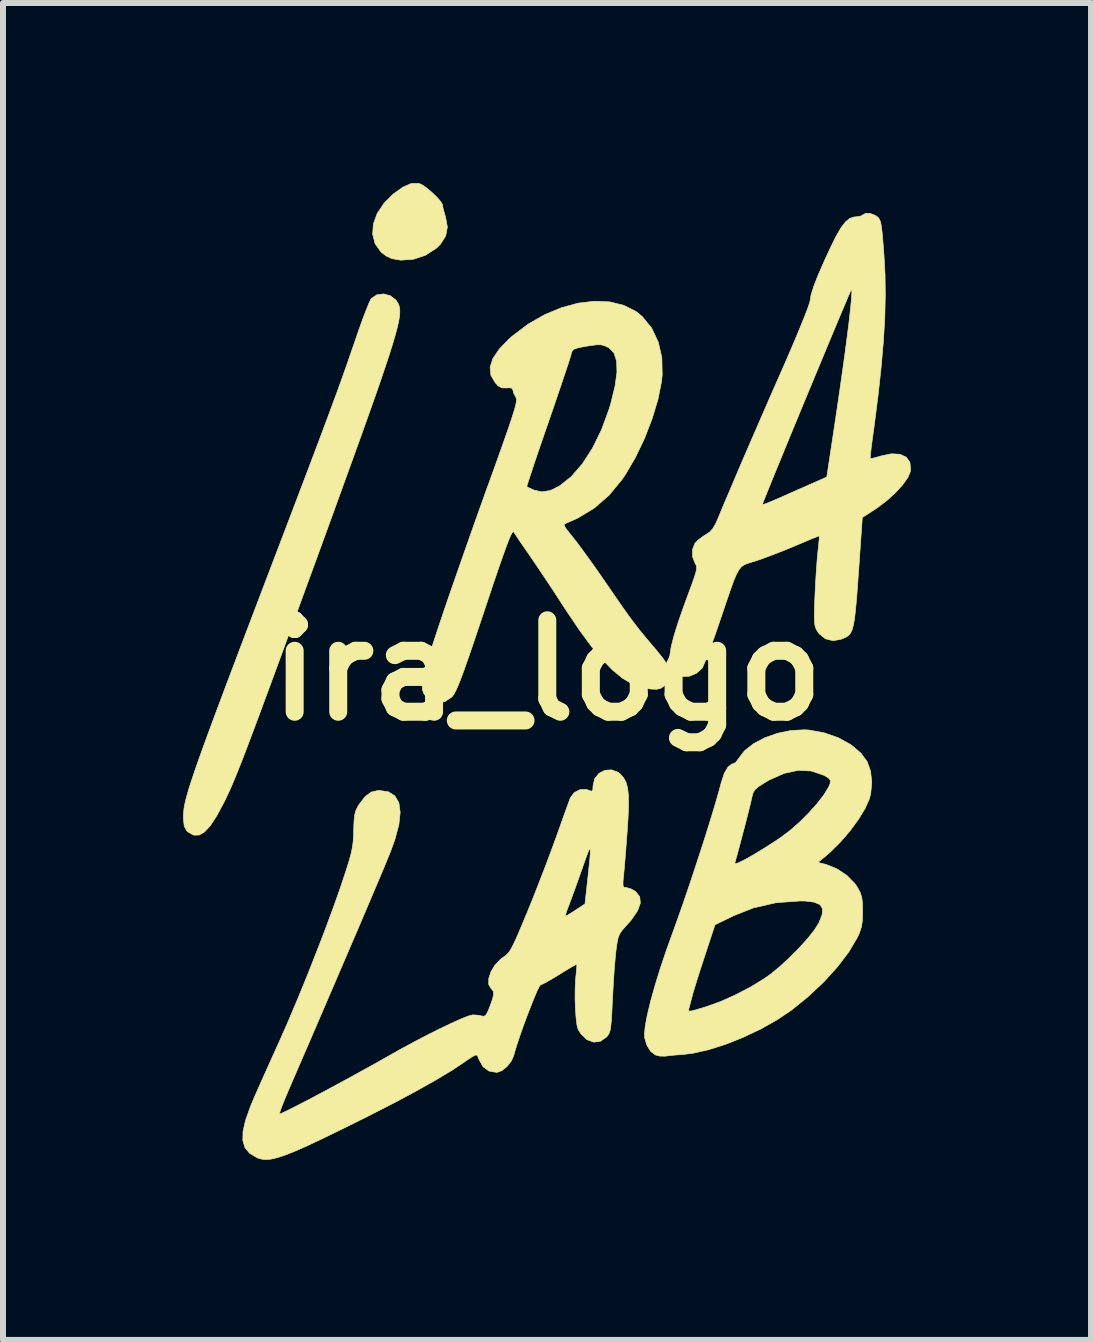
<source format=kicad_pcb>
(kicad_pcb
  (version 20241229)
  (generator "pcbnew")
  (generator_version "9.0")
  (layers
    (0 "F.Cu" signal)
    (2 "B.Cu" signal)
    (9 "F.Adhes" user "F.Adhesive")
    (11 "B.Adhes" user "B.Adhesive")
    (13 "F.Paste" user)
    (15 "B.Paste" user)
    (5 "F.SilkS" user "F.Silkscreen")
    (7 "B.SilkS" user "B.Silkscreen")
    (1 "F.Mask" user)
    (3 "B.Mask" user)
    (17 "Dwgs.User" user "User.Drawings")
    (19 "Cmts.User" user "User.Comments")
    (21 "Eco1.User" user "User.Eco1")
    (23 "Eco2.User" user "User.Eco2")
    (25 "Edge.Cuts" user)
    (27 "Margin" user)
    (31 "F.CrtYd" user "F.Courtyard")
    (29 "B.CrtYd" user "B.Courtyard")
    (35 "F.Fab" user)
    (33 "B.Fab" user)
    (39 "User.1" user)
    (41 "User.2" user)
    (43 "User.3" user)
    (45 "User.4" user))
  (footprint "ira_logo"
    (layer "F.Cu")
    (at 6.069 8.12)
    (property "Reference" "ira_logo" (at 0 0 0) (layer "F.SilkS") (effects (font (size 1.524 1.524) (thickness 0.3))))
    (attr through_hole)
    (fp_poly (pts (xy -2.094 -8.096) (xy -2.019 -8.045) (xy -1.932 -7.973) (xy -1.848 -7.893) (xy -1.782 -7.819) (xy -1.748 -7.766) (xy -1.746 -7.757) (xy -1.737 -7.702) (xy -1.713 -7.612) (xy -1.696 -7.559) (xy -1.665 -7.387) (xy -1.693 -7.237) (xy -1.781 -7.1) (xy -1.849 -7.034) (xy -2.03 -6.917) (xy -2.233 -6.849) (xy -2.442 -6.835) (xy -2.591 -6.861) (xy -2.683 -6.904) (xy -2.77 -6.969) (xy -2.772 -6.972) (xy -2.869 -7.109) (xy -2.91 -7.267) (xy -2.898 -7.438) (xy -2.834 -7.613) (xy -2.72 -7.784) (xy -2.568 -7.936) (xy -2.405 -8.053) (xy -2.265 -8.113) (xy -2.145 -8.115) (xy -2.094 -8.096)) (stroke (width 0.01) (type solid)) (fill yes) (layer "F.SilkS"))
    (fp_poly (pts (xy -2.614 -6.242) (xy -2.521 -6.17) (xy -2.478 -6.1) (xy -2.466 -6.063) (xy -2.458 -6.02) (xy -2.457 -5.967) (xy -2.462 -5.902) (xy -2.475 -5.822) (xy -2.497 -5.722) (xy -2.529 -5.601) (xy -2.572 -5.455) (xy -2.626 -5.28) (xy -2.694 -5.075) (xy -2.775 -4.835) (xy -2.871 -4.558) (xy -2.984 -4.24) (xy -3.113 -3.879) (xy -3.26 -3.471) (xy -3.426 -3.013) (xy -3.611 -2.502) (xy -3.818 -1.934) (xy -3.84 -1.873) (xy -4.042 -1.323) (xy -4.222 -0.828) (xy -4.384 -0.386) (xy -4.528 0.006) (xy -4.656 0.353) (xy -4.769 0.658) (xy -4.868 0.924) (xy -4.955 1.155) (xy -5.03 1.354) (xy -5.096 1.525) (xy -5.154 1.671) (xy -5.205 1.796) (xy -5.25 1.904) (xy -5.291 1.997) (xy -5.329 2.079) (xy -5.365 2.155) (xy -5.396 2.216) (xy -5.512 2.432) (xy -5.616 2.589) (xy -5.71 2.691) (xy -5.799 2.743) (xy -5.884 2.746) (xy -5.905 2.739) (xy -5.999 2.685) (xy -6.049 2.598) (xy -6.064 2.468) (xy -6.063 2.415) (xy -6.06 2.36) (xy -6.053 2.301) (xy -6.041 2.233) (xy -6.023 2.154) (xy -5.998 2.061) (xy -5.965 1.949) (xy -5.922 1.817) (xy -5.869 1.66) (xy -5.805 1.476) (xy -5.728 1.262) (xy -5.637 1.013) (xy -5.531 0.728) (xy -5.409 0.402) (xy -5.27 0.033) (xy -5.113 -0.383) (xy -4.936 -0.849) (xy -4.739 -1.367) (xy -4.534 -1.905) (xy -4.351 -2.385) (xy -4.189 -2.811) (xy -4.046 -3.187) (xy -3.921 -3.518) (xy -3.811 -3.809) (xy -3.715 -4.065) (xy -3.631 -4.291) (xy -3.557 -4.491) (xy -3.491 -4.67) (xy -3.432 -4.833) (xy -3.378 -4.986) (xy -3.327 -5.131) (xy -3.277 -5.276) (xy -3.226 -5.423) (xy -3.208 -5.475) (xy -3.14 -5.673) (xy -3.076 -5.852) (xy -3.018 -6.003) (xy -2.972 -6.117) (xy -2.94 -6.184) (xy -2.933 -6.196) (xy -2.838 -6.259) (xy -2.726 -6.273) (xy -2.614 -6.242)) (stroke (width 0.01) (type solid)) (fill yes) (layer "F.SilkS"))
    (fp_poly (pts (xy 4.359 0.994) (xy 4.614 1.04) (xy 4.85 1.123) (xy 5.057 1.237) (xy 5.223 1.377) (xy 5.329 1.519) (xy 5.386 1.677) (xy 5.407 1.863) (xy 5.389 2.054) (xy 5.366 2.143) (xy 5.296 2.3) (xy 5.186 2.481) (xy 5.047 2.671) (xy 4.888 2.856) (xy 4.722 3.022) (xy 4.632 3.1) (xy 4.509 3.199) (xy 4.644 3.233) (xy 4.822 3.304) (xy 4.99 3.415) (xy 5.125 3.552) (xy 5.168 3.615) (xy 5.214 3.702) (xy 5.24 3.783) (xy 5.252 3.883) (xy 5.255 4.016) (xy 5.251 4.162) (xy 5.235 4.271) (xy 5.203 4.371) (xy 5.165 4.453) (xy 5.025 4.69) (xy 4.835 4.94) (xy 4.604 5.194) (xy 4.339 5.442) (xy 4.076 5.656) (xy 3.834 5.819) (xy 3.56 5.974) (xy 3.267 6.113) (xy 2.97 6.231) (xy 2.683 6.322) (xy 2.419 6.381) (xy 2.263 6.4) (xy 2.14 6.409) (xy 2.032 6.419) (xy 1.968 6.428) (xy 1.877 6.427) (xy 1.805 6.41) (xy 1.725 6.351) (xy 1.661 6.25) (xy 1.624 6.129) (xy 1.619 6.073) (xy 1.631 5.934) (xy 1.666 5.745) (xy 1.687 5.659) (xy 2.354 5.659) (xy 2.36 5.675) (xy 2.39 5.677) (xy 2.454 5.662) (xy 2.563 5.63) (xy 2.651 5.603) (xy 2.888 5.518) (xy 3.143 5.403) (xy 3.394 5.272) (xy 3.618 5.134) (xy 3.72 5.062) (xy 3.878 4.932) (xy 4.041 4.782) (xy 4.198 4.623) (xy 4.338 4.468) (xy 4.45 4.327) (xy 4.523 4.213) (xy 4.527 4.205) (xy 4.579 4.071) (xy 4.586 3.971) (xy 4.543 3.903) (xy 4.447 3.862) (xy 4.295 3.843) (xy 4.213 3.842) (xy 3.812 3.871) (xy 3.432 3.958) (xy 3.104 4.088) (xy 2.794 4.239) (xy 2.622 4.763) (xy 2.562 4.946) (xy 2.507 5.119) (xy 2.461 5.268) (xy 2.427 5.38) (xy 2.414 5.429) (xy 2.388 5.528) (xy 2.367 5.608) (xy 2.361 5.628) (xy 2.354 5.659) (xy 1.687 5.659) (xy 1.721 5.515) (xy 1.795 5.251) (xy 1.884 4.962) (xy 1.987 4.656) (xy 2.068 4.431) (xy 2.166 4.159) (xy 2.272 3.858) (xy 2.381 3.538) (xy 2.488 3.213) (xy 3.124 3.213) (xy 3.142 3.221) (xy 3.205 3.197) (xy 3.306 3.146) (xy 3.438 3.071) (xy 3.594 2.976) (xy 3.767 2.866) (xy 3.887 2.786) (xy 4.043 2.669) (xy 4.204 2.528) (xy 4.358 2.374) (xy 4.497 2.218) (xy 4.611 2.071) (xy 4.688 1.944) (xy 4.713 1.883) (xy 4.717 1.833) (xy 4.684 1.793) (xy 4.61 1.749) (xy 4.402 1.677) (xy 4.182 1.665) (xy 3.949 1.715) (xy 3.701 1.825) (xy 3.641 1.86) (xy 3.531 1.929) (xy 3.465 1.984) (xy 3.43 2.036) (xy 3.414 2.095) (xy 3.4 2.156) (xy 3.374 2.265) (xy 3.338 2.408) (xy 3.296 2.573) (xy 3.25 2.746) (xy 3.206 2.914) (xy 3.166 3.063) (xy 3.133 3.181) (xy 3.124 3.213) (xy 2.488 3.213) (xy 2.489 3.211) (xy 2.594 2.889) (xy 2.691 2.581) (xy 2.777 2.3) (xy 2.848 2.056) (xy 2.901 1.862) (xy 2.951 1.712) (xy 3.012 1.609) (xy 3.078 1.559) (xy 3.1 1.556) (xy 3.143 1.53) (xy 3.187 1.469) (xy 3.187 1.468) (xy 3.287 1.339) (xy 3.436 1.222) (xy 3.623 1.123) (xy 3.835 1.048) (xy 4.059 1.002) (xy 4.282 0.99) (xy 4.359 0.994)) (stroke (width 0.01) (type solid)) (fill yes) (layer "F.SilkS"))
    (fp_poly (pts (xy 1.041 -6.14) (xy 1.274 -6.083) (xy 1.477 -5.981) (xy 1.582 -5.896) (xy 1.74 -5.702) (xy 1.849 -5.47) (xy 1.909 -5.209) (xy 1.915 -4.925) (xy 1.904 -4.815) (xy 1.845 -4.518) (xy 1.748 -4.196) (xy 1.622 -3.869) (xy 1.472 -3.554) (xy 1.308 -3.273) (xy 1.249 -3.185) (xy 1.028 -2.917) (xy 0.781 -2.703) (xy 0.501 -2.534) (xy 0.325 -2.457) (xy 0.291 -2.441) (xy 0.281 -2.42) (xy 0.298 -2.382) (xy 0.347 -2.316) (xy 0.423 -2.222) (xy 0.494 -2.132) (xy 0.591 -2.001) (xy 0.707 -1.841) (xy 0.834 -1.663) (xy 0.961 -1.479) (xy 0.985 -1.445) (xy 1.135 -1.226) (xy 1.257 -1.05) (xy 1.361 -0.904) (xy 1.454 -0.78) (xy 1.543 -0.665) (xy 1.638 -0.549) (xy 1.745 -0.422) (xy 1.804 -0.354) (xy 1.932 -0.195) (xy 2.014 -0.068) (xy 2.051 0.035) (xy 2.045 0.123) (xy 1.999 0.205) (xy 1.951 0.255) (xy 1.893 0.298) (xy 1.824 0.315) (xy 1.721 0.311) (xy 1.718 0.311) (xy 1.559 0.281) (xy 1.403 0.221) (xy 1.247 0.126) (xy 1.086 -0.007) (xy 0.916 -0.181) (xy 0.734 -0.401) (xy 0.536 -0.671) (xy 0.318 -0.994) (xy 0.235 -1.121) (xy 0.116 -1.305) (xy -0.018 -1.507) (xy -0.15 -1.704) (xy -0.265 -1.874) (xy -0.279 -1.894) (xy -0.372 -2.029) (xy -0.455 -2.149) (xy -0.518 -2.244) (xy -0.555 -2.3) (xy -0.559 -2.305) (xy -0.57 -2.31) (xy -0.587 -2.291) (xy -0.612 -2.244) (xy -0.646 -2.163) (xy -0.69 -2.046) (xy -0.747 -1.887) (xy -0.818 -1.683) (xy -0.905 -1.428) (xy -1.008 -1.118) (xy -1.045 -1.007) (xy -1.156 -0.676) (xy -1.249 -0.4) (xy -1.327 -0.175) (xy -1.391 0.007) (xy -1.444 0.149) (xy -1.487 0.257) (xy -1.523 0.336) (xy -1.553 0.393) (xy -1.58 0.431) (xy -1.593 0.445) (xy -1.707 0.522) (xy -1.829 0.539) (xy -1.948 0.496) (xy -1.985 0.468) (xy -2.03 0.425) (xy -2.062 0.378) (xy -2.081 0.321) (xy -2.085 0.247) (xy -2.073 0.149) (xy -2.045 0.022) (xy -2 -0.142) (xy -1.935 -0.349) (xy -1.851 -0.606) (xy -1.799 -0.762) (xy -1.722 -0.992) (xy -1.627 -1.269) (xy -1.518 -1.582) (xy -1.401 -1.918) (xy -1.278 -2.267) (xy -1.155 -2.614) (xy -1.035 -2.95) (xy -0.995 -3.061) (xy -0.341 -3.061) (xy -0.308 -3.043) (xy -0.239 -3.012) (xy -0.221 -3.004) (xy -0.088 -2.974) (xy 0.051 -2.997) (xy 0.203 -3.072) (xy 0.4 -3.229) (xy 0.585 -3.442) (xy 0.754 -3.704) (xy 0.904 -4.011) (xy 1.03 -4.354) (xy 1.059 -4.451) (xy 1.129 -4.736) (xy 1.161 -4.97) (xy 1.155 -5.155) (xy 1.111 -5.289) (xy 1.029 -5.374) (xy 1.016 -5.381) (xy 0.953 -5.41) (xy 0.894 -5.425) (xy 0.82 -5.425) (xy 0.714 -5.411) (xy 0.616 -5.395) (xy 0.507 -5.373) (xy 0.444 -5.351) (xy 0.413 -5.319) (xy 0.396 -5.265) (xy 0.395 -5.26) (xy 0.38 -5.207) (xy 0.346 -5.101) (xy 0.296 -4.951) (xy 0.234 -4.765) (xy 0.16 -4.549) (xy 0.079 -4.311) (xy 0.011 -4.115) (xy -0.073 -3.871) (xy -0.15 -3.647) (xy -0.217 -3.449) (xy -0.271 -3.285) (xy -0.312 -3.161) (xy -0.336 -3.084) (xy -0.341 -3.061) (xy -0.995 -3.061) (xy -0.989 -3.077) (xy -0.87 -3.406) (xy -0.772 -3.68) (xy -0.693 -3.905) (xy -0.63 -4.086) (xy -0.583 -4.228) (xy -0.549 -4.337) (xy -0.527 -4.417) (xy -0.516 -4.474) (xy -0.513 -4.512) (xy -0.518 -4.538) (xy -0.526 -4.553) (xy -0.562 -4.623) (xy -0.572 -4.668) (xy -0.588 -4.702) (xy -0.646 -4.709) (xy -0.677 -4.706) (xy -0.757 -4.707) (xy -0.819 -4.741) (xy -0.868 -4.794) (xy -0.94 -4.918) (xy -0.953 -5.052) (xy -0.906 -5.197) (xy -0.799 -5.355) (xy -0.632 -5.527) (xy -0.58 -5.572) (xy -0.32 -5.769) (xy -0.046 -5.926) (xy 0.235 -6.043) (xy 0.514 -6.119) (xy 0.786 -6.151) (xy 1.041 -6.14)) (stroke (width 0.01) (type solid)) (fill yes) (layer "F.SilkS"))
    (fp_poly (pts (xy 5.385 -7.613) (xy 5.469 -7.579) (xy 5.495 -7.561) (xy 5.521 -7.537) (xy 5.541 -7.504) (xy 5.557 -7.453) (xy 5.57 -7.375) (xy 5.583 -7.262) (xy 5.596 -7.102) (xy 5.61 -6.918) (xy 5.628 -6.59) (xy 5.632 -6.247) (xy 5.624 -5.884) (xy 5.601 -5.491) (xy 5.564 -5.063) (xy 5.513 -4.591) (xy 5.446 -4.067) (xy 5.417 -3.858) (xy 5.399 -3.724) (xy 5.387 -3.615) (xy 5.381 -3.547) (xy 5.382 -3.53) (xy 5.415 -3.533) (xy 5.49 -3.552) (xy 5.565 -3.574) (xy 5.736 -3.609) (xy 5.877 -3.601) (xy 5.981 -3.553) (xy 6.042 -3.467) (xy 6.054 -3.347) (xy 6.05 -3.313) (xy 6.008 -3.213) (xy 5.922 -3.092) (xy 5.801 -2.96) (xy 5.657 -2.829) (xy 5.499 -2.709) (xy 5.458 -2.682) (xy 5.249 -2.547) (xy 5.212 -2.012) (xy 5.189 -1.678) (xy 5.169 -1.401) (xy 5.152 -1.176) (xy 5.135 -0.997) (xy 5.119 -0.858) (xy 5.1 -0.753) (xy 5.079 -0.677) (xy 5.054 -0.623) (xy 5.024 -0.586) (xy 4.988 -0.559) (xy 4.944 -0.538) (xy 4.9 -0.52) (xy 4.763 -0.494) (xy 4.634 -0.526) (xy 4.528 -0.613) (xy 4.504 -0.646) (xy 4.479 -0.689) (xy 4.462 -0.737) (xy 4.453 -0.799) (xy 4.45 -0.889) (xy 4.451 -1.017) (xy 4.458 -1.196) (xy 4.459 -1.222) (xy 4.468 -1.418) (xy 4.48 -1.617) (xy 4.493 -1.799) (xy 4.505 -1.943) (xy 4.508 -1.967) (xy 4.521 -2.088) (xy 4.53 -2.183) (xy 4.532 -2.235) (xy 4.532 -2.24) (xy 4.501 -2.23) (xy 4.424 -2.2) (xy 4.31 -2.152) (xy 4.17 -2.093) (xy 4.128 -2.075) (xy 3.951 -2.002) (xy 3.767 -1.93) (xy 3.597 -1.866) (xy 3.467 -1.822) (xy 3.388 -1.798) (xy 3.325 -1.777) (xy 3.273 -1.754) (xy 3.23 -1.722) (xy 3.191 -1.673) (xy 3.152 -1.601) (xy 3.109 -1.5) (xy 3.059 -1.362) (xy 2.997 -1.182) (xy 2.919 -0.952) (xy 2.871 -0.81) (xy 2.801 -0.606) (xy 2.734 -0.419) (xy 2.674 -0.258) (xy 2.624 -0.133) (xy 2.589 -0.053) (xy 2.577 -0.033) (xy 2.486 0.048) (xy 2.369 0.097) (xy 2.263 0.103) (xy 2.179 0.06) (xy 2.105 -0.027) (xy 2.054 -0.14) (xy 2.046 -0.174) (xy 2.044 -0.266) (xy 2.066 -0.402) (xy 2.113 -0.583) (xy 2.185 -0.813) (xy 2.284 -1.095) (xy 2.339 -1.245) (xy 2.405 -1.422) (xy 2.45 -1.55) (xy 2.477 -1.639) (xy 2.488 -1.698) (xy 2.486 -1.739) (xy 2.472 -1.77) (xy 2.463 -1.784) (xy 2.42 -1.894) (xy 2.421 -2.018) (xy 2.461 -2.119) (xy 2.519 -2.177) (xy 2.605 -2.24) (xy 2.635 -2.258) (xy 2.705 -2.304) (xy 2.758 -2.363) (xy 2.808 -2.45) (xy 2.86 -2.569) (xy 2.947 -2.779) (xy 3.588 -2.779) (xy 3.589 -2.768) (xy 3.604 -2.767) (xy 3.642 -2.778) (xy 3.708 -2.805) (xy 3.81 -2.848) (xy 3.956 -2.912) (xy 4.151 -2.999) (xy 4.177 -3.01) (xy 4.657 -3.222) (xy 4.806 -4.207) (xy 4.861 -4.58) (xy 4.911 -4.93) (xy 4.956 -5.251) (xy 4.994 -5.54) (xy 5.026 -5.792) (xy 5.05 -6.003) (xy 5.066 -6.168) (xy 5.074 -6.282) (xy 5.073 -6.341) (xy 5.067 -6.347) (xy 5.051 -6.314) (xy 5.014 -6.23) (xy 4.959 -6.098) (xy 4.886 -5.927) (xy 4.8 -5.721) (xy 4.702 -5.487) (xy 4.596 -5.231) (xy 4.483 -4.959) (xy 4.366 -4.678) (xy 4.248 -4.393) (xy 4.131 -4.11) (xy 4.018 -3.836) (xy 3.912 -3.577) (xy 3.814 -3.339) (xy 3.728 -3.128) (xy 3.656 -2.95) (xy 3.6 -2.811) (xy 3.595 -2.796) (xy 3.588 -2.779) (xy 2.947 -2.779) (xy 2.959 -2.807) (xy 3.081 -3.093) (xy 3.22 -3.421) (xy 3.375 -3.78) (xy 3.542 -4.164) (xy 3.715 -4.562) (xy 3.893 -4.966) (xy 3.935 -5.062) (xy 4.04 -5.302) (xy 4.136 -5.528) (xy 4.22 -5.731) (xy 4.29 -5.904) (xy 4.342 -6.04) (xy 4.373 -6.132) (xy 4.381 -6.168) (xy 4.396 -6.26) (xy 4.44 -6.4) (xy 4.514 -6.589) (xy 4.619 -6.829) (xy 4.716 -7.039) (xy 4.813 -7.236) (xy 4.896 -7.379) (xy 4.97 -7.475) (xy 5.041 -7.532) (xy 5.114 -7.555) (xy 5.14 -7.557) (xy 5.214 -7.566) (xy 5.255 -7.588) (xy 5.305 -7.617) (xy 5.385 -7.613)) (stroke (width 0.01) (type solid)) (fill yes) (layer "F.SilkS"))
    (fp_poly (pts (xy 1.181 1.699) (xy 1.216 1.727) (xy 1.271 1.789) (xy 1.312 1.863) (xy 1.338 1.958) (xy 1.352 2.082) (xy 1.354 2.246) (xy 1.346 2.457) (xy 1.335 2.635) (xy 1.32 2.835) (xy 1.305 3.031) (xy 1.291 3.205) (xy 1.279 3.343) (xy 1.273 3.405) (xy 1.262 3.518) (xy 1.262 3.583) (xy 1.275 3.612) (xy 1.305 3.619) (xy 1.319 3.619) (xy 1.392 3.639) (xy 1.472 3.685) (xy 1.472 3.685) (xy 1.54 3.771) (xy 1.551 3.878) (xy 1.504 4.006) (xy 1.4 4.158) (xy 1.316 4.253) (xy 1.249 4.328) (xy 1.206 4.39) (xy 1.179 4.46) (xy 1.16 4.557) (xy 1.143 4.685) (xy 1.13 4.819) (xy 1.115 4.996) (xy 1.102 5.199) (xy 1.09 5.407) (xy 1.085 5.499) (xy 1.076 5.696) (xy 1.067 5.839) (xy 1.057 5.939) (xy 1.045 6.008) (xy 1.027 6.054) (xy 1.004 6.09) (xy 0.986 6.11) (xy 0.883 6.181) (xy 0.772 6.194) (xy 0.661 6.153) (xy 0.562 6.059) (xy 0.514 5.983) (xy 0.495 5.913) (xy 0.48 5.796) (xy 0.469 5.647) (xy 0.463 5.482) (xy 0.464 5.317) (xy 0.47 5.167) (xy 0.475 5.112) (xy 0.486 5.005) (xy 0.492 4.928) (xy 0.492 4.897) (xy 0.464 4.909) (xy 0.394 4.948) (xy 0.294 5.009) (xy 0.206 5.063) (xy 0.086 5.136) (xy -0.016 5.195) (xy -0.088 5.231) (xy -0.112 5.239) (xy -0.133 5.267) (xy -0.171 5.344) (xy -0.22 5.46) (xy -0.277 5.603) (xy -0.339 5.763) (xy -0.4 5.928) (xy -0.456 6.087) (xy -0.504 6.231) (xy -0.54 6.347) (xy -0.555 6.406) (xy -0.596 6.505) (xy -0.669 6.598) (xy -0.755 6.669) (xy -0.838 6.699) (xy -0.842 6.699) (xy -0.972 6.676) (xy -1.07 6.604) (xy -1.141 6.478) (xy -1.156 6.435) (xy -1.171 6.411) (xy -1.201 6.411) (xy -1.256 6.44) (xy -1.349 6.503) (xy -1.373 6.52) (xy -1.584 6.661) (xy -1.854 6.823) (xy -2.179 7.006) (xy -2.56 7.21) (xy -2.995 7.432) (xy -3.185 7.527) (xy -3.512 7.688) (xy -3.789 7.822) (xy -4.019 7.93) (xy -4.21 8.014) (xy -4.367 8.076) (xy -4.494 8.118) (xy -4.597 8.143) (xy -4.682 8.151) (xy -4.754 8.145) (xy -4.819 8.127) (xy -4.845 8.116) (xy -4.961 8.045) (xy -5.037 7.953) (xy -5.073 7.834) (xy -5.07 7.683) (xy -5.027 7.494) (xy -4.945 7.264) (xy -4.881 7.112) (xy -4.807 6.944) (xy -4.715 6.738) (xy -4.615 6.516) (xy -4.516 6.296) (xy -4.461 6.175) (xy -4.32 5.855) (xy -4.168 5.496) (xy -4.011 5.113) (xy -3.856 4.721) (xy -3.707 4.336) (xy -3.572 3.972) (xy -3.456 3.645) (xy -3.422 3.544) (xy -3.354 3.339) (xy -3.304 3.181) (xy -3.27 3.056) (xy -3.248 2.952) (xy -3.235 2.855) (xy -3.228 2.753) (xy -3.226 2.671) (xy -3.221 2.522) (xy -3.211 2.418) (xy -3.192 2.341) (xy -3.16 2.274) (xy -3.135 2.233) (xy -3.035 2.102) (xy -2.932 2.027) (xy -2.817 2.001) (xy -2.801 2) (xy -2.648 2.023) (xy -2.539 2.092) (xy -2.473 2.206) (xy -2.451 2.366) (xy -2.473 2.57) (xy -2.539 2.818) (xy -2.605 3.001) (xy -2.644 3.097) (xy -2.705 3.247) (xy -2.788 3.445) (xy -2.891 3.687) (xy -3.01 3.968) (xy -3.144 4.283) (xy -3.292 4.627) (xy -3.45 4.996) (xy -3.617 5.385) (xy -3.791 5.789) (xy -3.969 6.203) (xy -4.151 6.623) (xy -4.299 6.966) (xy -4.362 7.115) (xy -4.413 7.241) (xy -4.448 7.335) (xy -4.463 7.386) (xy -4.462 7.391) (xy -4.431 7.381) (xy -4.351 7.344) (xy -4.23 7.284) (xy -4.074 7.204) (xy -3.892 7.109) (xy -3.69 7.001) (xy -3.475 6.885) (xy -3.254 6.765) (xy -3.035 6.644) (xy -2.824 6.527) (xy -2.667 6.438) (xy -2.438 6.309) (xy -2.208 6.185) (xy -1.984 6.068) (xy -1.775 5.964) (xy -1.588 5.875) (xy -1.432 5.805) (xy -1.315 5.759) (xy -1.244 5.74) (xy -1.24 5.74) (xy -1.148 5.746) (xy -1.092 5.759) (xy -1.052 5.763) (xy -1.019 5.738) (xy -0.985 5.672) (xy -0.957 5.602) (xy -0.913 5.479) (xy -0.894 5.4) (xy -0.898 5.349) (xy -0.926 5.312) (xy -0.937 5.302) (xy -0.977 5.231) (xy -0.975 5.132) (xy -0.938 5.02) (xy -0.871 4.909) (xy -0.779 4.813) (xy -0.735 4.781) (xy -0.694 4.752) (xy -0.657 4.718) (xy -0.621 4.669) (xy -0.581 4.598) (xy -0.532 4.497) (xy -0.471 4.358) (xy -0.393 4.172) (xy -0.355 4.08) (xy 0.302 4.08) (xy 0.302 4.096) (xy 0.335 4.08) (xy 0.404 4.038) (xy 0.473 3.993) (xy 0.628 3.891) (xy 0.665 3.557) (xy 0.69 3.325) (xy 0.708 3.153) (xy 0.717 3.04) (xy 0.716 2.982) (xy 0.705 2.977) (xy 0.682 3.022) (xy 0.647 3.115) (xy 0.598 3.253) (xy 0.576 3.318) (xy 0.514 3.491) (xy 0.454 3.659) (xy 0.401 3.803) (xy 0.362 3.909) (xy 0.354 3.929) (xy 0.32 4.019) (xy 0.302 4.08) (xy -0.355 4.08) (xy -0.339 4.043) (xy -0.241 3.802) (xy -0.136 3.534) (xy -0.03 3.261) (xy 0.066 3.004) (xy 0.143 2.794) (xy 0.21 2.607) (xy 0.271 2.435) (xy 0.323 2.291) (xy 0.362 2.183) (xy 0.384 2.124) (xy 0.385 2.122) (xy 0.448 2.037) (xy 0.544 1.987) (xy 0.648 1.983) (xy 0.684 1.995) (xy 0.737 2.014) (xy 0.758 1.996) (xy 0.762 1.929) (xy 0.762 1.925) (xy 0.789 1.806) (xy 0.86 1.717) (xy 0.959 1.665) (xy 1.071 1.657) (xy 1.181 1.699)) (stroke (width 0.01) (type solid)) (fill yes) (layer "F.SilkS")))
  (gr_rect
    (start -3 -3)
    (end 15.129 19.276)
    (stroke (width 0.1) (type default))
    (fill no)
    (layer "Edge.Cuts")))
</source>
